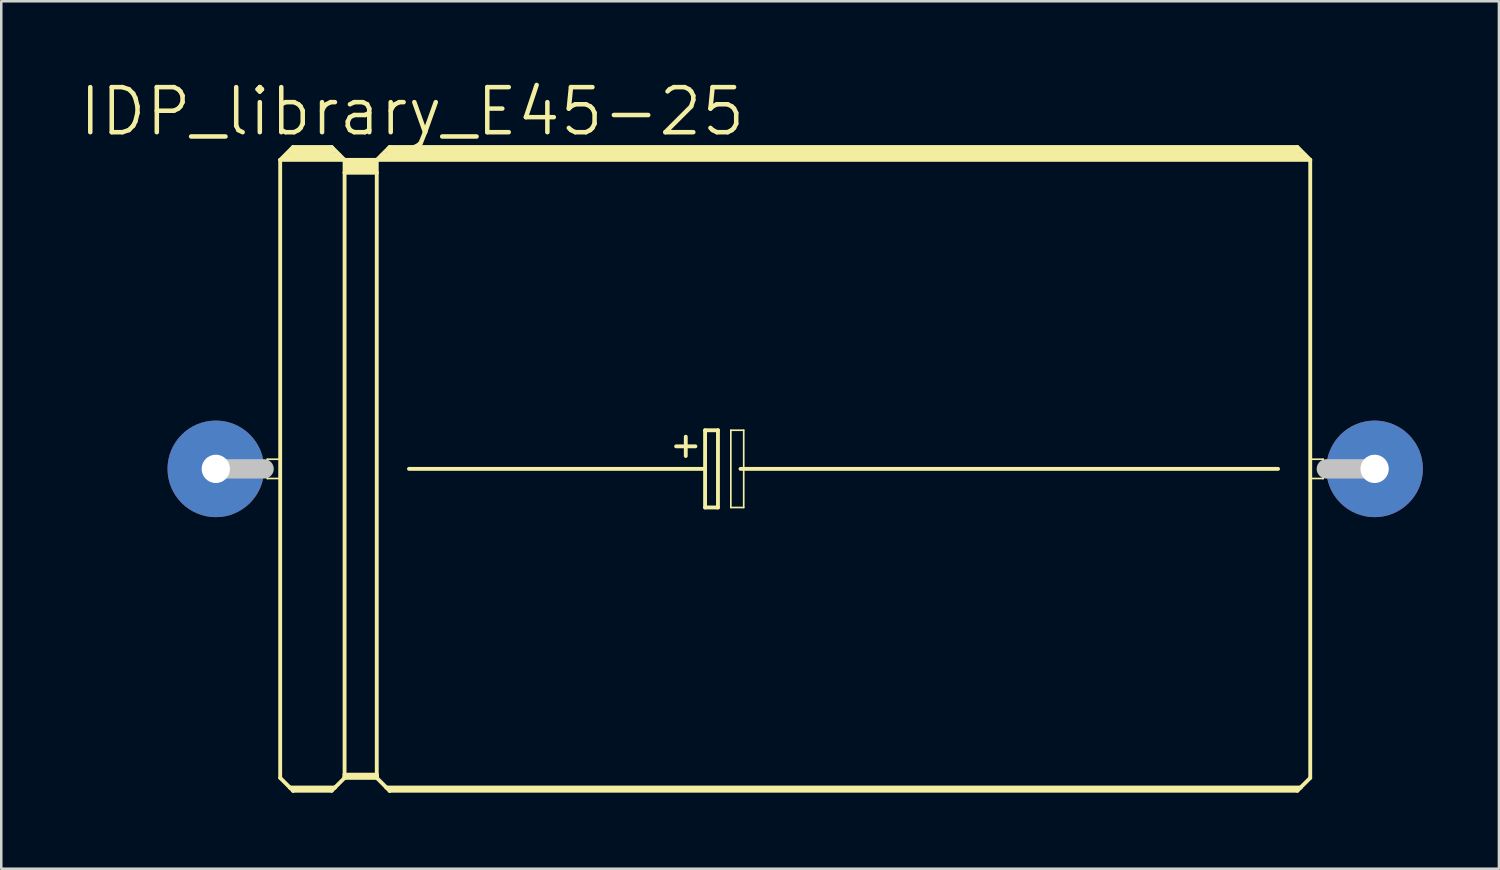
<source format=kicad_pcb>
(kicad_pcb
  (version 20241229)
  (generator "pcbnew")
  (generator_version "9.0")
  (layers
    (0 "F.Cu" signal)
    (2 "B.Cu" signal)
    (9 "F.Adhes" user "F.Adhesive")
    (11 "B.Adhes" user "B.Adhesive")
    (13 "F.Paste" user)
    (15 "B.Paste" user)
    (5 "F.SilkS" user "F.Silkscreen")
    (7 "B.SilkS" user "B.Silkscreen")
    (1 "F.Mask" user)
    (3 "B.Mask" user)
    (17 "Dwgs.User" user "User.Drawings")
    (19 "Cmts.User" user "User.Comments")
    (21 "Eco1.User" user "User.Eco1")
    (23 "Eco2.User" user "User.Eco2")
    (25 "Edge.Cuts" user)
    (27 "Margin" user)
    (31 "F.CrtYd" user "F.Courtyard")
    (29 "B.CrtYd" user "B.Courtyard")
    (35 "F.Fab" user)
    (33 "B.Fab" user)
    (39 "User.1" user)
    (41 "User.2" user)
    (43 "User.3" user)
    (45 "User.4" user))
  (footprint "IDP_library_E45-25"
    (layer "F.Cu")
    (at 28.325 15.449)
    (property "Reference" "IDP_library_E45-25" (at -15.113 -14.097 0) (layer "F.SilkS") (effects (font (size 1.778 1.778) (thickness 0.178))))
    (attr exclude_from_pos_files exclude_from_bom)
    (fp_line (start -20.828 -0.381) (end -20.32 -0.381) (stroke (width 0.066) (type solid)) (layer "F.SilkS"))
    (fp_line (start -20.828 0.381) (end -20.828 -0.381) (stroke (width 0.066) (type solid)) (layer "F.SilkS"))
    (fp_line (start -20.828 0.381) (end -20.32 0.381) (stroke (width 0.066) (type solid)) (layer "F.SilkS"))
    (fp_line (start -20.32 -12.192) (end -20.32 12.192) (stroke (width 0.152) (type solid)) (layer "F.SilkS"))
    (fp_line (start -20.32 -12.192) (end -19.812 -12.7) (stroke (width 0.152) (type solid)) (layer "F.SilkS"))
    (fp_line (start -20.32 -12.192) (end -17.78 -12.192) (stroke (width 0.152) (type solid)) (layer "F.SilkS"))
    (fp_line (start -20.32 0.381) (end -20.32 -0.381) (stroke (width 0.066) (type solid)) (layer "F.SilkS"))
    (fp_line (start -20.32 12.192) (end -19.939 12.573) (stroke (width 0.152) (type solid)) (layer "F.SilkS"))
    (fp_line (start -20.066 -12.319) (end -18.034 -12.319) (stroke (width 0.305) (type solid)) (layer "F.SilkS"))
    (fp_line (start -19.939 12.573) (end -19.812 12.7) (stroke (width 0.152) (type solid)) (layer "F.SilkS"))
    (fp_line (start -19.939 12.573) (end -18.161 12.573) (stroke (width 0.152) (type solid)) (layer "F.SilkS"))
    (fp_line (start -19.812 -12.7) (end -18.288 -12.7) (stroke (width 0.152) (type solid)) (layer "F.SilkS"))
    (fp_line (start -19.812 -12.573) (end -18.288 -12.573) (stroke (width 0.305) (type solid)) (layer "F.SilkS"))
    (fp_line (start -19.812 12.649) (end -18.288 12.649) (stroke (width 0.152) (type solid)) (layer "F.SilkS"))
    (fp_line (start -19.812 12.7) (end -19.812 12.649) (stroke (width 0.152) (type solid)) (layer "F.SilkS"))
    (fp_line (start -19.812 12.7) (end -18.288 12.7) (stroke (width 0.152) (type solid)) (layer "F.SilkS"))
    (fp_line (start -18.288 -12.7) (end -17.78 -12.192) (stroke (width 0.152) (type solid)) (layer "F.SilkS"))
    (fp_line (start -18.288 12.7) (end -18.161 12.573) (stroke (width 0.152) (type solid)) (layer "F.SilkS"))
    (fp_line (start -18.161 12.573) (end -17.78 12.192) (stroke (width 0.152) (type solid)) (layer "F.SilkS"))
    (fp_line (start -17.78 -12.192) (end -16.51 -12.192) (stroke (width 0.152) (type solid)) (layer "F.SilkS"))
    (fp_line (start -17.78 -11.684) (end -17.78 -12.192) (stroke (width 0.152) (type solid)) (layer "F.SilkS"))
    (fp_line (start -17.78 -11.684) (end -16.51 -11.684) (stroke (width 0.152) (type solid)) (layer "F.SilkS"))
    (fp_line (start -17.78 12.065) (end -17.78 -11.684) (stroke (width 0.152) (type solid)) (layer "F.SilkS"))
    (fp_line (start -17.78 12.065) (end -16.51 12.065) (stroke (width 0.152) (type solid)) (layer "F.SilkS"))
    (fp_line (start -17.78 12.141) (end -17.78 12.065) (stroke (width 0.152) (type solid)) (layer "F.SilkS"))
    (fp_line (start -17.78 12.141) (end -16.51 12.141) (stroke (width 0.152) (type solid)) (layer "F.SilkS"))
    (fp_line (start -17.78 12.192) (end -17.78 12.141) (stroke (width 0.152) (type solid)) (layer "F.SilkS"))
    (fp_line (start -17.78 12.192) (end -16.51 12.192) (stroke (width 0.152) (type solid)) (layer "F.SilkS"))
    (fp_line (start -17.65 -12.065) (end -16.637 -12.065) (stroke (width 0.305) (type solid)) (layer "F.SilkS"))
    (fp_line (start -17.65 -11.811) (end -16.637 -11.811) (stroke (width 0.305) (type solid)) (layer "F.SilkS"))
    (fp_line (start -16.51 -12.192) (end -16.002 -12.7) (stroke (width 0.152) (type solid)) (layer "F.SilkS"))
    (fp_line (start -16.51 -12.192) (end 20.32 -12.192) (stroke (width 0.152) (type solid)) (layer "F.SilkS"))
    (fp_line (start -16.51 -11.684) (end -16.51 -12.192) (stroke (width 0.152) (type solid)) (layer "F.SilkS"))
    (fp_line (start -16.51 12.065) (end -16.51 -11.684) (stroke (width 0.152) (type solid)) (layer "F.SilkS"))
    (fp_line (start -16.51 12.141) (end -16.51 12.065) (stroke (width 0.152) (type solid)) (layer "F.SilkS"))
    (fp_line (start -16.51 12.192) (end -16.51 12.141) (stroke (width 0.152) (type solid)) (layer "F.SilkS"))
    (fp_line (start -16.51 12.192) (end -16.129 12.573) (stroke (width 0.152) (type solid)) (layer "F.SilkS"))
    (fp_line (start -16.256 -12.319) (end 20.066 -12.319) (stroke (width 0.305) (type solid)) (layer "F.SilkS"))
    (fp_line (start -16.129 12.573) (end -16.002 12.7) (stroke (width 0.152) (type solid)) (layer "F.SilkS"))
    (fp_line (start -16.129 12.573) (end 19.939 12.573) (stroke (width 0.152) (type solid)) (layer "F.SilkS"))
    (fp_line (start -16.002 -12.7) (end 19.812 -12.7) (stroke (width 0.152) (type solid)) (layer "F.SilkS"))
    (fp_line (start -16.002 -12.573) (end 19.812 -12.573) (stroke (width 0.305) (type solid)) (layer "F.SilkS"))
    (fp_line (start -16.002 12.649) (end 19.812 12.649) (stroke (width 0.152) (type solid)) (layer "F.SilkS"))
    (fp_line (start -16.002 12.7) (end -16.002 12.649) (stroke (width 0.152) (type solid)) (layer "F.SilkS"))
    (fp_line (start -16.002 12.7) (end 19.812 12.7) (stroke (width 0.152) (type solid)) (layer "F.SilkS"))
    (fp_line (start -15.24 0) (end -3.556 0) (stroke (width 0.152) (type solid)) (layer "F.SilkS"))
    (fp_line (start -4.699 -0.889) (end -3.937 -0.889) (stroke (width 0.152) (type solid)) (layer "F.SilkS"))
    (fp_line (start -4.318 -1.27) (end -4.318 -0.508) (stroke (width 0.152) (type solid)) (layer "F.SilkS"))
    (fp_line (start -3.556 -1.524) (end -3.556 0) (stroke (width 0.152) (type solid)) (layer "F.SilkS"))
    (fp_line (start -3.556 0) (end -3.556 1.524) (stroke (width 0.152) (type solid)) (layer "F.SilkS"))
    (fp_line (start -3.556 1.524) (end -3.048 1.524) (stroke (width 0.152) (type solid)) (layer "F.SilkS"))
    (fp_line (start -3.048 -1.524) (end -3.556 -1.524) (stroke (width 0.152) (type solid)) (layer "F.SilkS"))
    (fp_line (start -3.048 1.524) (end -3.048 -1.524) (stroke (width 0.152) (type solid)) (layer "F.SilkS"))
    (fp_line (start -2.54 -1.524) (end -2.032 -1.524) (stroke (width 0.066) (type solid)) (layer "F.SilkS"))
    (fp_line (start -2.54 1.524) (end -2.54 -1.524) (stroke (width 0.066) (type solid)) (layer "F.SilkS"))
    (fp_line (start -2.54 1.524) (end -2.032 1.524) (stroke (width 0.066) (type solid)) (layer "F.SilkS"))
    (fp_line (start -2.159 0) (end 19.05 0) (stroke (width 0.152) (type solid)) (layer "F.SilkS"))
    (fp_line (start -2.032 1.524) (end -2.032 -1.524) (stroke (width 0.066) (type solid)) (layer "F.SilkS"))
    (fp_line (start 19.812 -12.7) (end 20.32 -12.192) (stroke (width 0.152) (type solid)) (layer "F.SilkS"))
    (fp_line (start 19.812 12.7) (end 19.939 12.573) (stroke (width 0.152) (type solid)) (layer "F.SilkS"))
    (fp_line (start 19.939 12.573) (end 20.32 12.192) (stroke (width 0.152) (type solid)) (layer "F.SilkS"))
    (fp_line (start 20.32 -12.192) (end 20.32 12.192) (stroke (width 0.152) (type solid)) (layer "F.SilkS"))
    (fp_line (start 20.32 -0.381) (end 20.828 -0.381) (stroke (width 0.066) (type solid)) (layer "F.SilkS"))
    (fp_line (start 20.32 0.381) (end 20.32 -0.381) (stroke (width 0.066) (type solid)) (layer "F.SilkS"))
    (fp_line (start 20.32 0.381) (end 20.828 0.381) (stroke (width 0.066) (type solid)) (layer "F.SilkS"))
    (fp_line (start 20.828 0.381) (end 20.828 -0.381) (stroke (width 0.066) (type solid)) (layer "F.SilkS"))
    (fp_line (start -22.86 0) (end -20.955 0) (stroke (width 0.762) (type solid)) (layer "Dwgs.User"))
    (fp_line (start 22.86 0) (end 20.955 0) (stroke (width 0.762) (type solid)) (layer "Dwgs.User"))
    (pad "+" thru_hole circle (at -22.86 0) (size 3.81 3.81) (drill 1.118) (layers "*.Cu" "*.Paste" "*.Mask"))
    (pad "-" thru_hole circle (at 22.86 0) (size 3.81 3.81) (drill 1.118) (layers "*.Cu" "*.Paste" "*.Mask")))
  (gr_rect
    (start -3 -3)
    (end 56.09 31.225)
    (stroke (width 0.1) (type default))
    (fill no)
    (layer "Edge.Cuts")))
</source>
